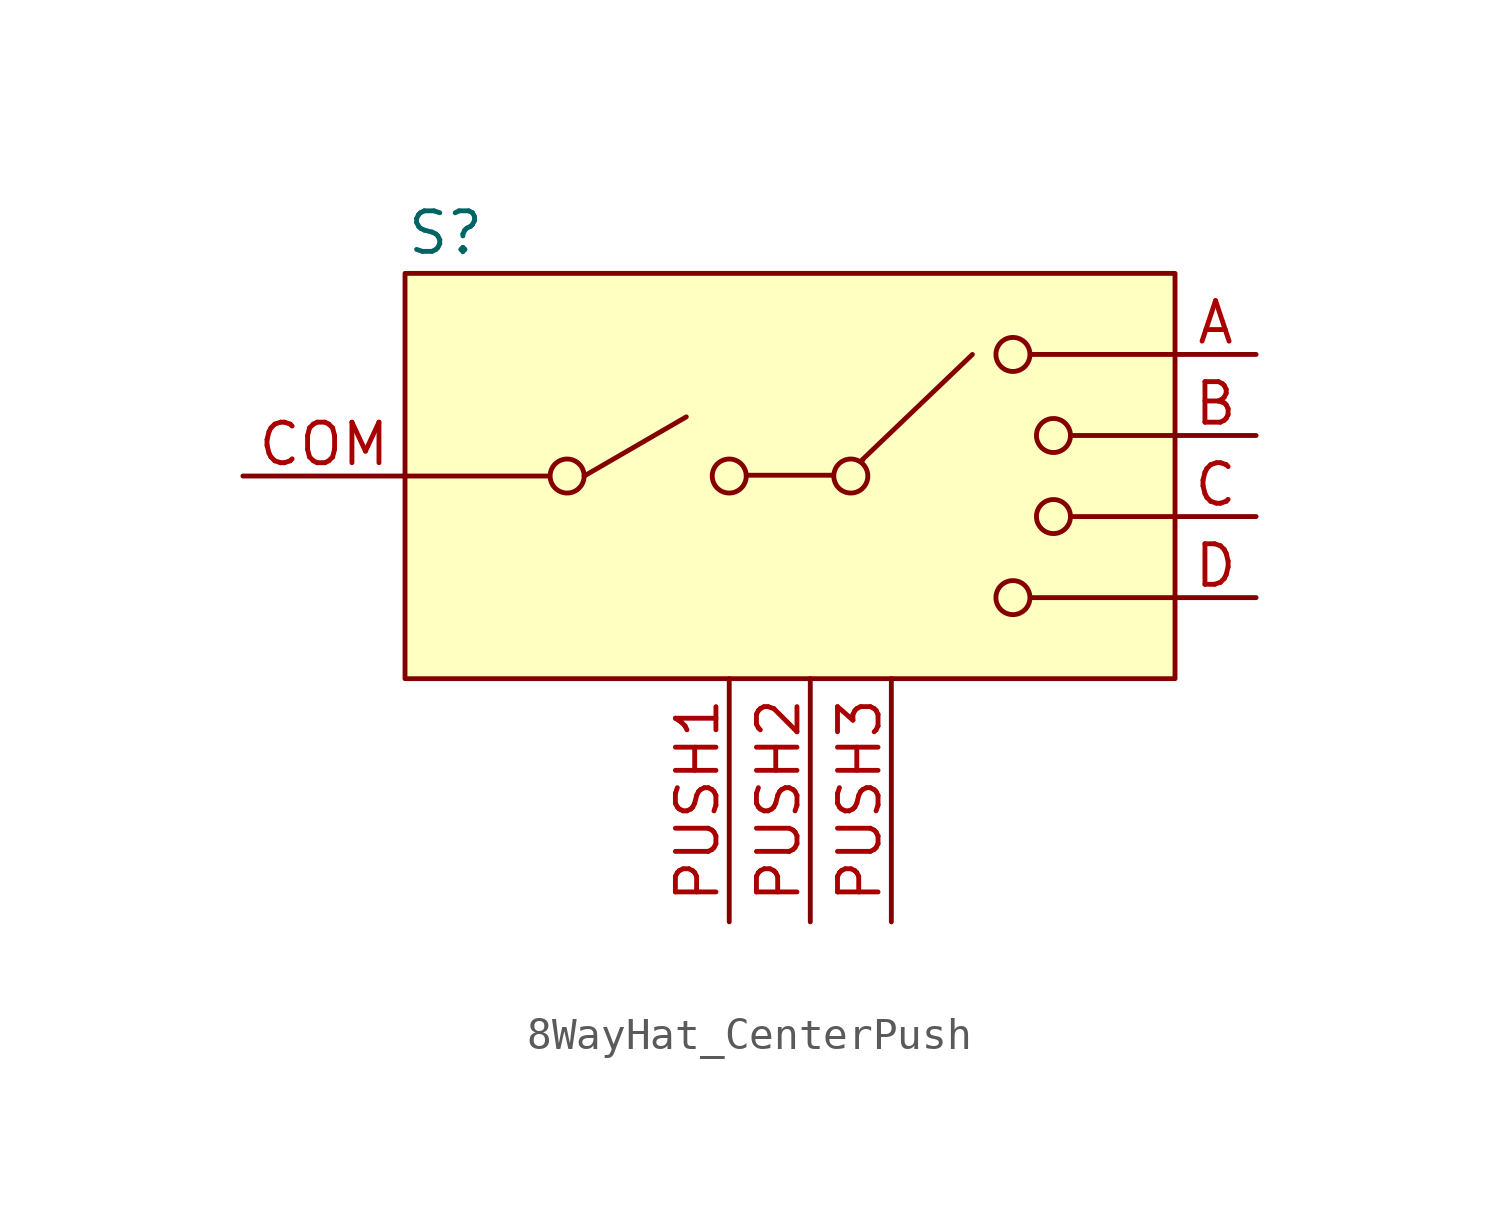
<source format=kicad_sym>
(kicad_symbol_lib
  (version 20211014)
  (generator kicad_symbol_editor)
  (symbol "8WayHat_CenterPush"
    (pin_names
      (offset 1.016))
    (property "Reference" "S"
      (at -10.16 0 0)
      (effects (font (size 1.27 1.27))))
    (symbol "8WayHat_CenterPush_0_1"
      (rectangle (start -11.43 -1.27) (end 12.7 -13.97) (stroke (width 0) (type default) (color 0 0 0 0)) (fill (type background)))
      (polyline (pts (xy -6.934 -7.62) (xy -11.43 -7.62)) (stroke (width 0) (type default) (color 0 0 0 0)) (fill (type none)))
      (polyline (pts (xy -5.817 -7.62) (xy -2.616 -5.766)) (stroke (width 0) (type default) (color 0 0 0 0)) (fill (type none)))
      (polyline (pts (xy -0.737 -7.595) (xy 1.956 -7.595)) (stroke (width 0) (type default) (color 0 0 0 0)) (fill (type none)))
      (polyline (pts (xy 12.7 -11.43) (xy 8.179 -11.43)) (stroke (width 0) (type default) (color 0 0 0 0)) (fill (type none)))
      (polyline (pts (xy 12.7 -8.89) (xy 9.474 -8.89)) (stroke (width 0) (type default) (color 0 0 0 0)) (fill (type none)))
      (polyline (pts (xy 12.7 -6.35) (xy 9.423 -6.35)) (stroke (width 0) (type default) (color 0 0 0 0)) (fill (type none)))
      (polyline (pts (xy 12.7 -3.81) (xy 8.204 -3.81)) (stroke (width 0) (type default) (color 0 0 0 0)) (fill (type none)))
      (polyline (pts (xy 6.35 -3.81) (xy 2.896 -7.112) (xy 2.921 -7.112)) (stroke (width 0) (type default) (color 0 0 0 0)) (fill (type none)))
      (circle (center 2.54 -7.62) (radius 0.533) (stroke (width 0) (type default) (color 0 0 0 0)) (fill (type none))))
    (symbol "8WayHat_CenterPush_1_1"
      (circle (center -6.35 -7.62) (radius 0.533) (stroke (width 0) (type default) (color 0 0 0 0)) (fill (type none)))
      (circle (center -1.27 -7.62) (radius 0.533) (stroke (width 0) (type default) (color 0 0 0 0)) (fill (type none)))
      (circle (center 7.62 -11.43) (radius 0.533) (stroke (width 0) (type default) (color 0 0 0 0)) (fill (type none)))
      (circle (center 7.62 -3.81) (radius 0.533) (stroke (width 0) (type default) (color 0 0 0 0)) (fill (type none)))
      (circle (center 8.89 -8.89) (radius 0.533) (stroke (width 0) (type default) (color 0 0 0 0)) (fill (type none)))
      (circle (center 8.89 -6.35) (radius 0.533) (stroke (width 0) (type default) (color 0 0 0 0)) (fill (type none)))
      (pin output line (at 15.24 -3.81 180) (length 2.54) (name "~" (effects (font (size 1.27 1.27)))) (number "A" (effects (font (size 1.27 1.27)))))
      (pin output line (at 15.24 -6.35 180) (length 2.54) (name "~" (effects (font (size 1.27 1.27)))) (number "B" (effects (font (size 1.27 1.27)))))
      (pin output line (at 15.24 -8.89 180) (length 2.54) (name "~" (effects (font (size 1.27 1.27)))) (number "C" (effects (font (size 1.27 1.27)))))
      (pin input line (at -16.51 -7.62 0) (length 5.08) (name "~" (effects (font (size 1.27 1.27)))) (number "COM" (effects (font (size 1.27 1.27)))))
      (pin output line (at 15.24 -11.43 180) (length 2.54) (name "~" (effects (font (size 1.27 1.27)))) (number "D" (effects (font (size 1.27 1.27)))))
      (pin output line (at -1.27 -21.59 90) (length 7.62) (name "~" (effects (font (size 1.27 1.27)))) (number "PUSH1" (effects (font (size 1.27 1.27)))))
      (pin output line (at 1.27 -21.59 90) (length 7.62) (name "~" (effects (font (size 1.27 1.27)))) (number "PUSH2" (effects (font (size 1.27 1.27)))))
      (pin output line (at 3.81 -21.59 90) (length 7.62) (name "~" (effects (font (size 1.27 1.27)))) (number "PUSH3" (effects (font (size 1.27 1.27))))))))
</source>
